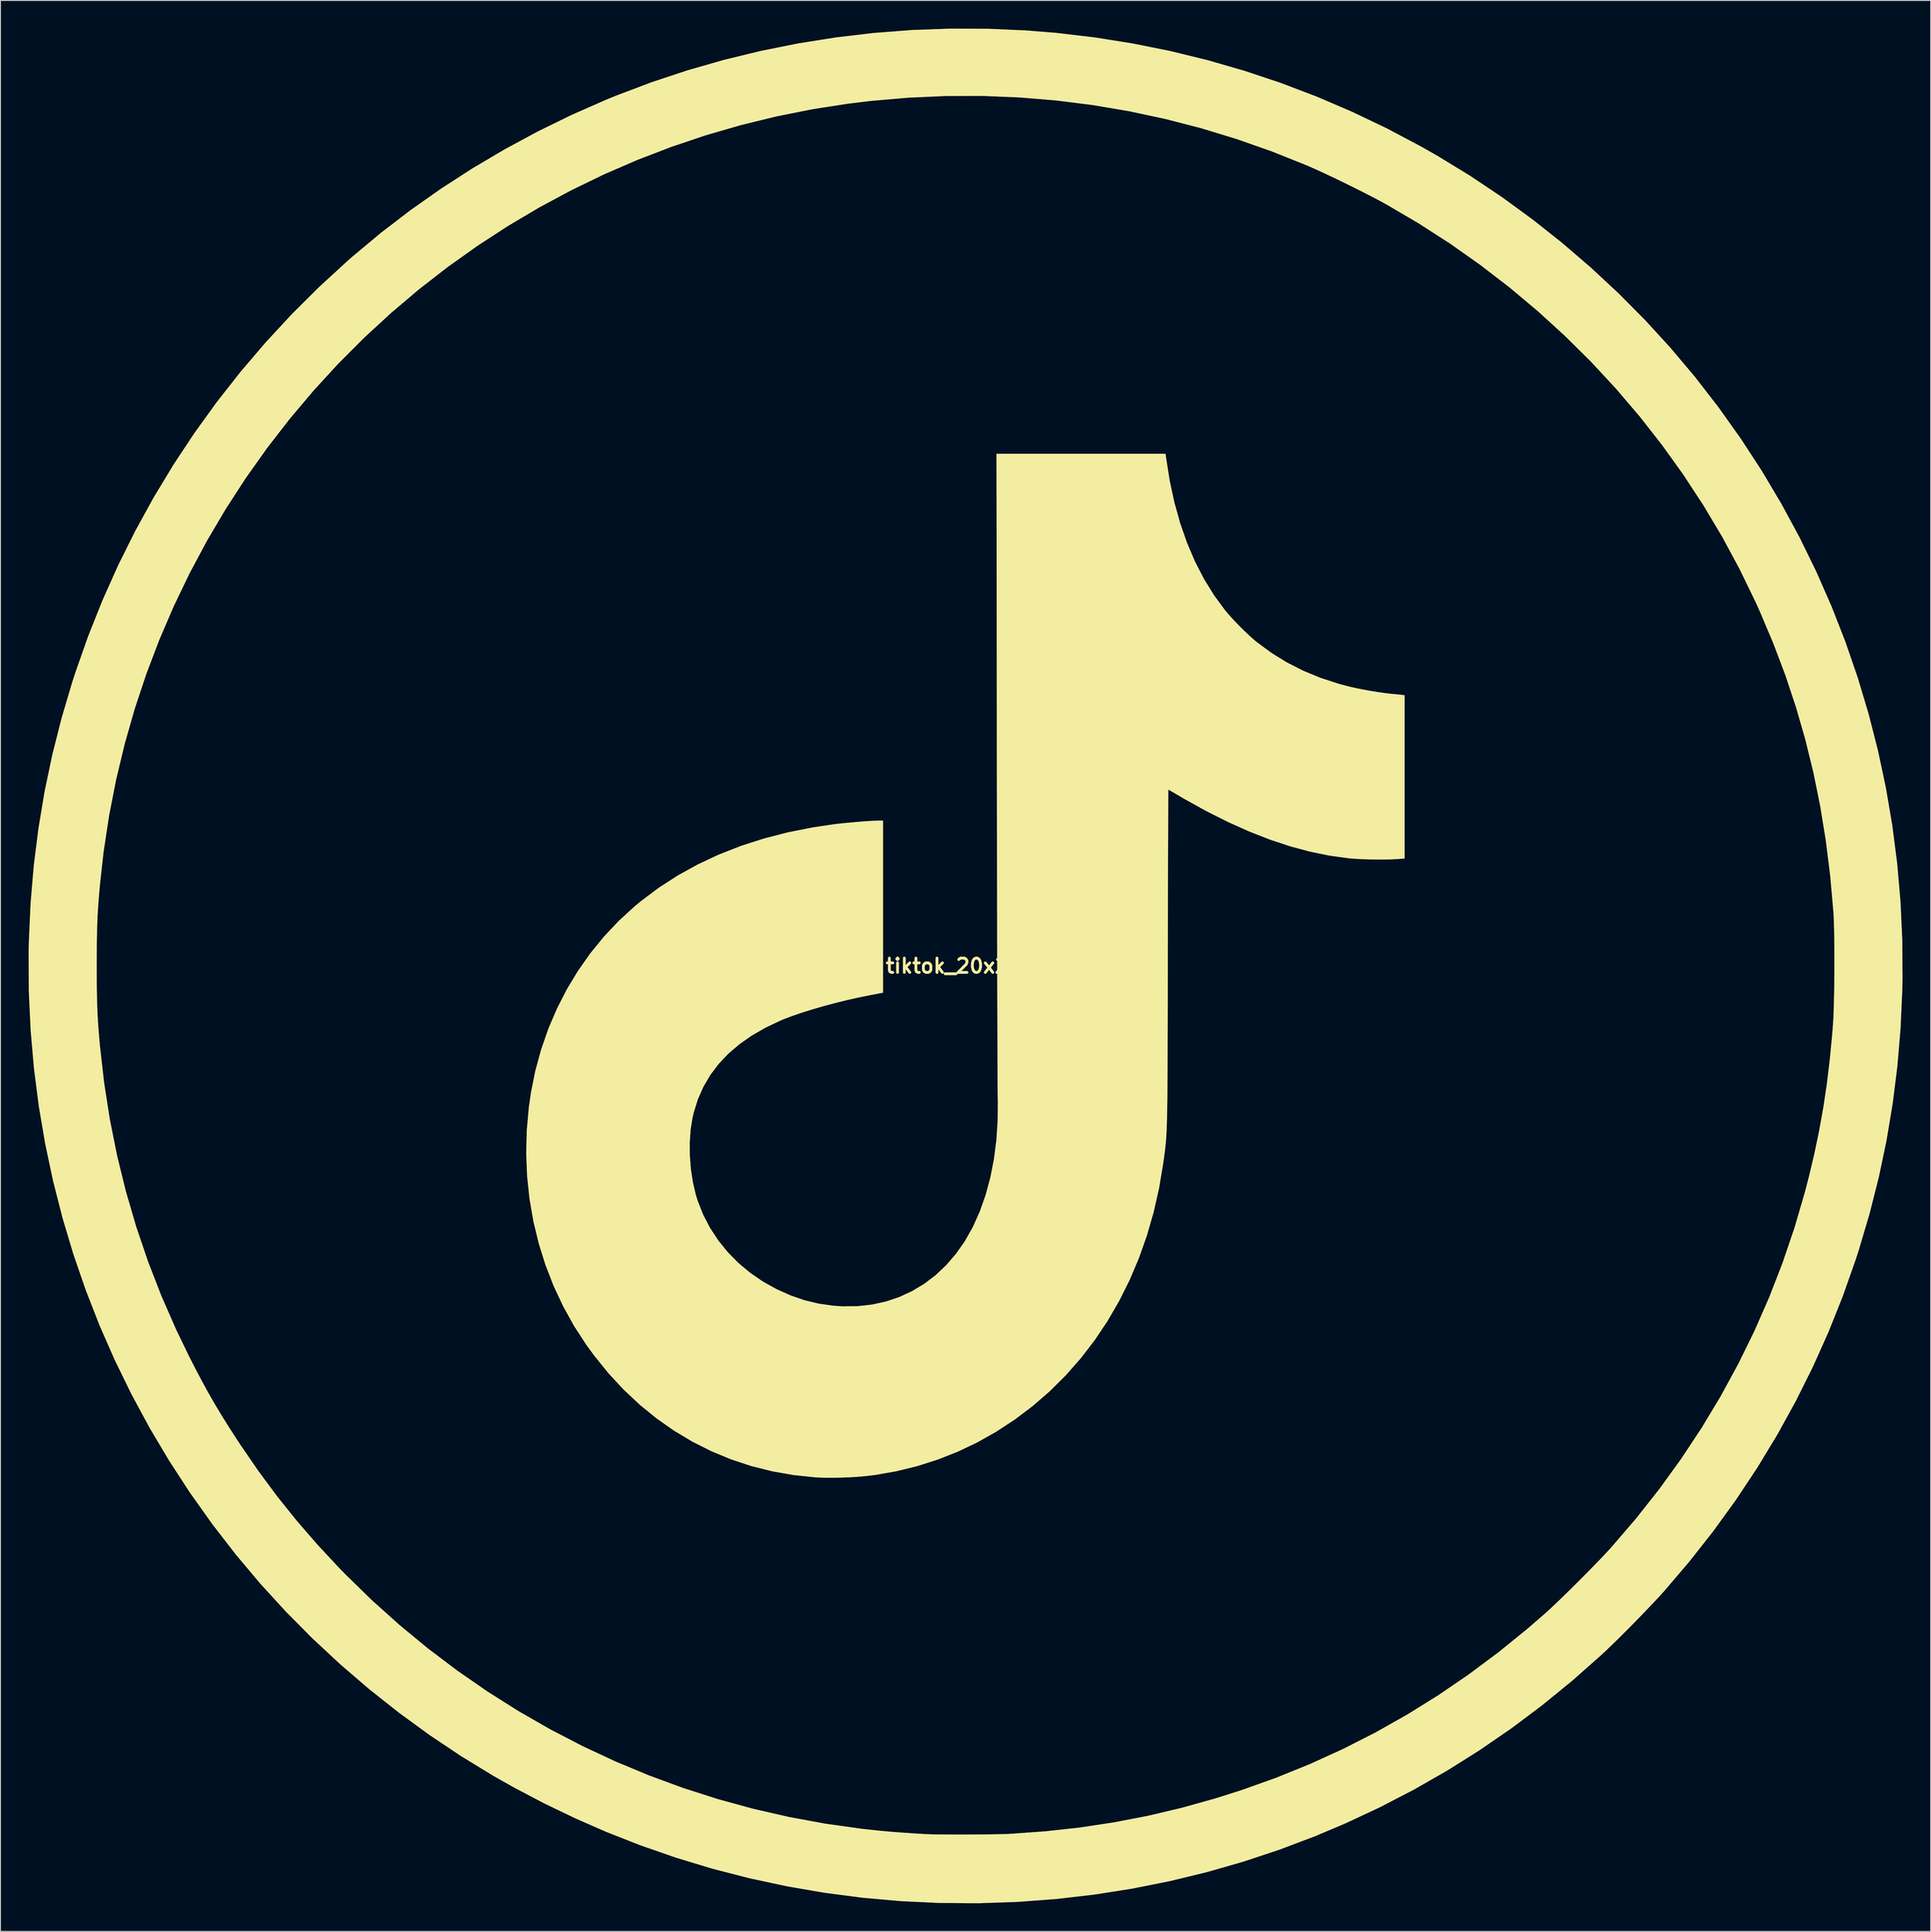
<source format=kicad_pcb>
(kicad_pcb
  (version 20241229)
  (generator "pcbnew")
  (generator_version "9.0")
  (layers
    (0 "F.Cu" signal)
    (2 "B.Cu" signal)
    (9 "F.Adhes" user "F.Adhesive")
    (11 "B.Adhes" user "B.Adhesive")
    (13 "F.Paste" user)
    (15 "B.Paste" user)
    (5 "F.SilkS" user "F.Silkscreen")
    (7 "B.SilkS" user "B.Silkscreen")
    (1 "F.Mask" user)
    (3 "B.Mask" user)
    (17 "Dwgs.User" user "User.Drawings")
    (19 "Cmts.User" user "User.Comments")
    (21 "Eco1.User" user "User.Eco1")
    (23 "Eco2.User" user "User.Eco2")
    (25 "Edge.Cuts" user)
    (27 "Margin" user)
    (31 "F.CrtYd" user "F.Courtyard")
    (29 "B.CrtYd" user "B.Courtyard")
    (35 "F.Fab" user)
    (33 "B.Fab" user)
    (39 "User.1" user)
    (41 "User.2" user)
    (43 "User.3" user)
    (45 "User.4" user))
  (footprint "tiktok_20x20_F"
    (layer "F.Cu")
    (at 99.929 99.936)
    (property "Reference" "tiktok_20x20_F" (at 0 0 0) (layer "F.SilkS") (effects (font (size 1.524 1.524) (thickness 0.3))))
    (attr through_hole)
    (fp_poly (pts (xy 21.378 -54.208) (xy 21.764 -51.761) (xy 22.266 -49.427) (xy 22.884 -47.209) (xy 23.616 -45.108) (xy 24.461 -43.127) (xy 25.42 -41.268) (xy 26.49 -39.533) (xy 27.658 -37.942) (xy 28.097 -37.421) (xy 28.628 -36.839) (xy 29.212 -36.233) (xy 29.814 -35.638) (xy 30.397 -35.093) (xy 30.924 -34.633) (xy 31.073 -34.513) (xy 32.635 -33.364) (xy 34.276 -32.353) (xy 36.005 -31.473) (xy 37.833 -30.719) (xy 39.771 -30.086) (xy 40.779 -29.815) (xy 41.48 -29.652) (xy 42.275 -29.49) (xy 43.112 -29.336) (xy 43.945 -29.199) (xy 44.722 -29.088) (xy 45.395 -29.011) (xy 45.508 -29) (xy 45.873 -28.967) (xy 46.228 -28.932) (xy 46.461 -28.906) (xy 46.821 -28.861) (xy 46.821 -11.455) (xy 46.122 -11.401) (xy 45.515 -11.367) (xy 44.785 -11.35) (xy 43.98 -11.347) (xy 43.146 -11.359) (xy 42.328 -11.384) (xy 41.575 -11.422) (xy 40.931 -11.473) (xy 40.874 -11.479) (xy 38.832 -11.759) (xy 36.755 -12.182) (xy 34.639 -12.75) (xy 32.48 -13.465) (xy 30.271 -14.327) (xy 28.01 -15.34) (xy 25.692 -16.503) (xy 23.313 -17.82) (xy 22.509 -18.291) (xy 22.174 -18.489) (xy 21.895 -18.65) (xy 21.703 -18.758) (xy 21.628 -18.796) (xy 21.625 -18.713) (xy 21.621 -18.468) (xy 21.618 -18.069) (xy 21.614 -17.525) (xy 21.611 -16.842) (xy 21.607 -16.029) (xy 21.603 -15.093) (xy 21.599 -14.043) (xy 21.595 -12.886) (xy 21.591 -11.629) (xy 21.587 -10.281) (xy 21.583 -8.85) (xy 21.579 -7.343) (xy 21.576 -5.768) (xy 21.572 -4.133) (xy 21.569 -2.445) (xy 21.566 -0.91) (xy 21.563 1.178) (xy 21.56 3.104) (xy 21.556 4.876) (xy 21.553 6.502) (xy 21.55 7.989) (xy 21.546 9.345) (xy 21.541 10.578) (xy 21.536 11.695) (xy 21.529 12.704) (xy 21.522 13.613) (xy 21.514 14.429) (xy 21.503 15.161) (xy 21.492 15.815) (xy 21.478 16.399) (xy 21.463 16.922) (xy 21.445 17.39) (xy 21.425 17.812) (xy 21.403 18.194) (xy 21.378 18.546) (xy 21.35 18.874) (xy 21.319 19.186) (xy 21.285 19.49) (xy 21.248 19.793) (xy 21.207 20.103) (xy 21.163 20.428) (xy 21.115 20.775) (xy 21.078 21.04) (xy 20.636 23.686) (xy 20.054 26.259) (xy 19.334 28.754) (xy 18.479 31.165) (xy 17.493 33.488) (xy 16.379 35.72) (xy 15.14 37.853) (xy 13.779 39.886) (xy 12.299 41.812) (xy 10.703 43.627) (xy 8.995 45.326) (xy 7.176 46.906) (xy 5.251 48.36) (xy 3.222 49.685) (xy 1.236 50.802) (xy -0.812 51.778) (xy -2.944 52.62) (xy -5.135 53.319) (xy -7.361 53.868) (xy -9.599 54.261) (xy -10.681 54.393) (xy -11.497 54.463) (xy -12.395 54.517) (xy -13.326 54.552) (xy -14.243 54.567) (xy -15.099 54.561) (xy -15.845 54.534) (xy -15.994 54.524) (xy -18.338 54.28) (xy -20.625 53.877) (xy -22.851 53.317) (xy -25.013 52.603) (xy -27.108 51.736) (xy -29.132 50.719) (xy -31.082 49.553) (xy -32.954 48.241) (xy -34.744 46.784) (xy -36.449 45.185) (xy -38.066 43.445) (xy -39.59 41.567) (xy -40.452 40.386) (xy -41.758 38.375) (xy -42.919 36.281) (xy -43.935 34.112) (xy -44.803 31.877) (xy -45.521 29.584) (xy -46.087 27.242) (xy -46.499 24.86) (xy -46.757 22.444) (xy -46.856 20.006) (xy -46.797 17.551) (xy -46.577 15.09) (xy -46.349 13.504) (xy -45.882 11.175) (xy -45.261 8.902) (xy -44.493 6.694) (xy -43.58 4.558) (xy -42.526 2.501) (xy -41.337 0.53) (xy -40.016 -1.347) (xy -38.568 -3.123) (xy -36.996 -4.79) (xy -35.305 -6.342) (xy -34.658 -6.879) (xy -32.737 -8.321) (xy -30.708 -9.633) (xy -28.57 -10.815) (xy -26.325 -11.867) (xy -23.972 -12.789) (xy -21.511 -13.581) (xy -18.943 -14.242) (xy -16.267 -14.773) (xy -14.012 -15.108) (xy -13.526 -15.165) (xy -12.95 -15.225) (xy -12.317 -15.285) (xy -11.662 -15.343) (xy -11.018 -15.395) (xy -10.419 -15.439) (xy -9.899 -15.471) (xy -9.492 -15.49) (xy -9.307 -15.494) (xy -8.805 -15.494) (xy -8.805 2.851) (xy -10.266 3.129) (xy -11.483 3.377) (xy -12.737 3.662) (xy -14 3.976) (xy -15.244 4.311) (xy -16.44 4.66) (xy -17.561 5.013) (xy -18.578 5.364) (xy -19.463 5.704) (xy -19.685 5.797) (xy -21.313 6.565) (xy -22.792 7.414) (xy -24.123 8.345) (xy -25.306 9.357) (xy -26.34 10.451) (xy -27.226 11.626) (xy -27.964 12.883) (xy -28.555 14.222) (xy -28.997 15.643) (xy -29.129 16.214) (xy -29.327 17.479) (xy -29.42 18.835) (xy -29.409 20.241) (xy -29.298 21.656) (xy -29.089 23.041) (xy -28.783 24.356) (xy -28.581 25.018) (xy -27.995 26.506) (xy -27.258 27.924) (xy -26.379 29.264) (xy -25.366 30.516) (xy -24.225 31.673) (xy -22.964 32.726) (xy -21.592 33.665) (xy -20.174 34.454) (xy -18.667 35.13) (xy -17.167 35.648) (xy -15.651 36.012) (xy -14.092 36.231) (xy -13.123 36.295) (xy -11.518 36.279) (xy -9.966 36.105) (xy -8.471 35.774) (xy -7.039 35.291) (xy -5.677 34.658) (xy -4.389 33.881) (xy -3.182 32.961) (xy -2.061 31.903) (xy -1.032 30.709) (xy -0.101 29.384) (xy 0.727 27.931) (xy 0.798 27.792) (xy 1.528 26.16) (xy 2.144 24.411) (xy 2.644 22.559) (xy 3.026 20.613) (xy 3.287 18.586) (xy 3.425 16.489) (xy 3.438 14.333) (xy 3.432 14.097) (xy 3.428 13.892) (xy 3.425 13.523) (xy 3.421 12.998) (xy 3.417 12.321) (xy 3.413 11.499) (xy 3.409 10.539) (xy 3.404 9.445) (xy 3.4 8.225) (xy 3.396 6.885) (xy 3.391 5.429) (xy 3.387 3.866) (xy 3.383 2.2) (xy 3.378 0.437) (xy 3.374 -1.415) (xy 3.37 -3.352) (xy 3.366 -5.366) (xy 3.362 -7.453) (xy 3.358 -9.605) (xy 3.354 -11.818) (xy 3.35 -14.083) (xy 3.347 -16.397) (xy 3.344 -18.752) (xy 3.341 -21.103) (xy 3.299 -54.61) (xy 21.326 -54.61) (xy 21.378 -54.208)) (stroke (width 0.01) (type solid)) (fill yes) (layer "F.SilkS"))
    (fp_poly (pts (xy 2.412 -99.916) (xy 6.484 -99.735) (xy 9.652 -99.479) (xy 13.756 -98.996) (xy 17.82 -98.35) (xy 21.841 -97.54) (xy 25.818 -96.567) (xy 29.745 -95.433) (xy 33.622 -94.139) (xy 37.444 -92.685) (xy 41.208 -91.072) (xy 44.913 -89.302) (xy 48.554 -87.375) (xy 50.377 -86.338) (xy 53.808 -84.241) (xy 57.163 -81.997) (xy 60.433 -79.613) (xy 63.611 -77.097) (xy 66.687 -74.455) (xy 69.653 -71.695) (xy 72.501 -68.824) (xy 75.221 -65.85) (xy 77.805 -62.78) (xy 80.329 -59.519) (xy 82.706 -56.174) (xy 84.936 -52.75) (xy 87.018 -49.249) (xy 88.949 -45.676) (xy 90.729 -42.035) (xy 92.356 -38.331) (xy 93.828 -34.566) (xy 95.145 -30.745) (xy 96.306 -26.872) (xy 97.308 -22.951) (xy 98.151 -18.985) (xy 98.833 -14.98) (xy 99.352 -10.938) (xy 99.708 -6.863) (xy 99.899 -2.761) (xy 99.924 1.366) (xy 99.9 2.559) (xy 99.716 6.649) (xy 99.375 10.681) (xy 98.876 14.663) (xy 98.218 18.603) (xy 97.398 22.51) (xy 96.415 26.394) (xy 95.269 30.264) (xy 94.938 31.284) (xy 93.569 35.17) (xy 92.048 38.981) (xy 90.375 42.718) (xy 88.551 46.379) (xy 86.576 49.963) (xy 84.452 53.469) (xy 82.178 56.896) (xy 79.756 60.243) (xy 77.186 63.509) (xy 74.521 66.633) (xy 73.982 67.228) (xy 73.343 67.914) (xy 72.629 68.665) (xy 71.865 69.457) (xy 71.074 70.264) (xy 70.281 71.062) (xy 69.511 71.826) (xy 68.787 72.531) (xy 68.135 73.152) (xy 67.818 73.447) (xy 64.695 76.209) (xy 61.488 78.824) (xy 58.197 81.292) (xy 54.822 83.613) (xy 51.362 85.788) (xy 47.816 87.816) (xy 44.186 89.698) (xy 40.47 91.434) (xy 37.291 92.776) (xy 33.48 94.218) (xy 29.616 95.5) (xy 25.703 96.621) (xy 21.745 97.58) (xy 17.746 98.377) (xy 13.71 99.011) (xy 9.64 99.481) (xy 5.541 99.787) (xy 1.417 99.928) (xy -2.729 99.903) (xy -2.836 99.9) (xy -6.916 99.706) (xy -10.982 99.344) (xy -15.026 98.817) (xy -19.044 98.125) (xy -23.027 97.271) (xy -26.971 96.255) (xy -30.868 95.078) (xy -34.712 93.743) (xy -38.312 92.327) (xy -41.599 90.888) (xy -44.866 89.319) (xy -48.064 87.643) (xy -50.377 86.338) (xy -53.808 84.241) (xy -57.163 81.997) (xy -60.433 79.613) (xy -63.611 77.097) (xy -66.687 74.455) (xy -69.653 71.695) (xy -72.501 68.824) (xy -75.221 65.85) (xy -77.805 62.78) (xy -80.329 59.519) (xy -82.706 56.174) (xy -84.936 52.75) (xy -87.018 49.249) (xy -88.949 45.676) (xy -90.729 42.035) (xy -92.356 38.331) (xy -93.828 34.566) (xy -95.146 30.745) (xy -96.306 26.872) (xy -97.308 22.951) (xy -98.151 18.985) (xy -98.833 14.98) (xy -99.352 10.938) (xy -99.708 6.863) (xy -99.899 2.761) (xy -99.917 -0.085) (xy -92.664 -0.085) (xy -92.662 1.085) (xy -92.656 2.113) (xy -92.644 3.029) (xy -92.626 3.861) (xy -92.6 4.636) (xy -92.564 5.383) (xy -92.518 6.131) (xy -92.462 6.908) (xy -92.392 7.741) (xy -92.323 8.509) (xy -91.877 12.455) (xy -91.268 16.354) (xy -90.497 20.206) (xy -89.562 24.012) (xy -88.464 27.772) (xy -87.204 31.486) (xy -85.781 35.153) (xy -84.194 38.775) (xy -82.861 41.533) (xy -82.118 42.99) (xy -81.411 44.328) (xy -80.72 45.585) (xy -80.02 46.801) (xy -79.291 48.014) (xy -78.508 49.264) (xy -77.65 50.59) (xy -77.344 51.054) (xy -75.414 53.864) (xy -73.423 56.549) (xy -71.346 59.139) (xy -69.158 61.666) (xy -66.832 64.162) (xy -66.169 64.843) (xy -63.326 67.619) (xy -60.383 70.26) (xy -57.344 72.765) (xy -54.214 75.131) (xy -50.997 77.358) (xy -47.697 79.442) (xy -44.319 81.381) (xy -40.866 83.174) (xy -37.343 84.818) (xy -33.754 86.312) (xy -30.104 87.653) (xy -26.396 88.839) (xy -22.636 89.869) (xy -18.826 90.74) (xy -14.972 91.45) (xy -11.078 91.997) (xy -9.239 92.197) (xy -8.121 92.299) (xy -6.886 92.396) (xy -5.588 92.485) (xy -4.28 92.562) (xy -4.149 92.569) (xy -3.785 92.583) (xy -3.277 92.594) (xy -2.65 92.601) (xy -1.929 92.606) (xy -1.139 92.609) (xy -0.306 92.609) (xy 0.545 92.606) (xy 1.389 92.601) (xy 2.201 92.594) (xy 2.956 92.584) (xy 3.628 92.573) (xy 4.193 92.559) (xy 4.625 92.543) (xy 4.699 92.54) (xy 8.497 92.268) (xy 12.213 91.859) (xy 15.866 91.306) (xy 19.477 90.608) (xy 23.064 89.759) (xy 26.648 88.757) (xy 29.379 87.891) (xy 33.084 86.572) (xy 36.706 85.106) (xy 40.249 83.493) (xy 43.714 81.731) (xy 47.104 79.819) (xy 50.421 77.755) (xy 53.667 75.539) (xy 56.844 73.17) (xy 59.955 70.645) (xy 61.807 69.041) (xy 62.295 68.597) (xy 62.878 68.05) (xy 63.533 67.422) (xy 64.24 66.733) (xy 64.978 66.005) (xy 65.725 65.259) (xy 66.461 64.517) (xy 67.163 63.798) (xy 67.81 63.126) (xy 68.383 62.519) (xy 68.858 62.001) (xy 68.9 61.955) (xy 71.521 58.903) (xy 73.996 55.766) (xy 76.324 52.549) (xy 78.504 49.252) (xy 80.534 45.879) (xy 82.413 42.43) (xy 84.141 38.908) (xy 85.716 35.315) (xy 87.137 31.654) (xy 88.404 27.926) (xy 89.514 24.133) (xy 89.948 22.462) (xy 90.533 19.992) (xy 91.04 17.559) (xy 91.477 15.127) (xy 91.847 12.658) (xy 92.158 10.117) (xy 92.415 7.465) (xy 92.512 6.265) (xy 92.55 5.654) (xy 92.582 4.901) (xy 92.61 4.033) (xy 92.632 3.074) (xy 92.649 2.049) (xy 92.66 0.984) (xy 92.665 -0.098) (xy 92.665 -1.17) (xy 92.658 -2.209) (xy 92.646 -3.188) (xy 92.628 -4.084) (xy 92.603 -4.872) (xy 92.573 -5.525) (xy 92.558 -5.757) (xy 92.216 -9.616) (xy 91.748 -13.369) (xy 91.153 -17.031) (xy 90.426 -20.614) (xy 89.565 -24.132) (xy 88.565 -27.597) (xy 87.425 -31.022) (xy 86.139 -34.42) (xy 84.706 -37.806) (xy 84.248 -38.82) (xy 82.541 -42.334) (xy 80.688 -45.767) (xy 78.691 -49.115) (xy 76.555 -52.374) (xy 74.283 -55.539) (xy 71.879 -58.607) (xy 69.347 -61.573) (xy 66.691 -64.434) (xy 63.914 -67.185) (xy 61.021 -69.823) (xy 58.014 -72.343) (xy 54.898 -74.741) (xy 51.677 -77.013) (xy 48.353 -79.156) (xy 44.932 -81.164) (xy 44.873 -81.197) (xy 44.148 -81.592) (xy 43.302 -82.037) (xy 42.367 -82.516) (xy 41.375 -83.014) (xy 40.358 -83.515) (xy 39.347 -84.003) (xy 38.374 -84.463) (xy 37.472 -84.879) (xy 36.673 -85.235) (xy 36.364 -85.367) (xy 32.661 -86.847) (xy 28.915 -88.163) (xy 25.13 -89.316) (xy 21.31 -90.304) (xy 17.458 -91.127) (xy 13.578 -91.784) (xy 9.674 -92.276) (xy 5.749 -92.601) (xy 1.806 -92.76) (xy -2.15 -92.751) (xy -6.117 -92.575) (xy -10.091 -92.23) (xy -12.488 -91.941) (xy -16.356 -91.34) (xy -20.183 -90.575) (xy -23.967 -89.65) (xy -27.701 -88.568) (xy -31.381 -87.329) (xy -35.003 -85.938) (xy -38.561 -84.396) (xy -42.05 -82.706) (xy -45.467 -80.872) (xy -48.806 -78.894) (xy -52.063 -76.776) (xy -55.232 -74.521) (xy -58.31 -72.13) (xy -61.29 -69.607) (xy -64.169 -66.954) (xy -66.942 -64.174) (xy -69.503 -61.383) (xy -72.072 -58.341) (xy -74.499 -55.21) (xy -76.783 -51.993) (xy -78.921 -48.695) (xy -80.913 -45.321) (xy -82.756 -41.873) (xy -84.448 -38.357) (xy -85.989 -34.776) (xy -87.375 -31.134) (xy -88.605 -27.436) (xy -89.678 -23.686) (xy -90.592 -19.886) (xy -91.344 -16.043) (xy -91.934 -12.159) (xy -92.324 -8.636) (xy -92.404 -7.736) (xy -92.47 -6.917) (xy -92.525 -6.153) (xy -92.569 -5.413) (xy -92.602 -4.671) (xy -92.628 -3.897) (xy -92.645 -3.064) (xy -92.656 -2.142) (xy -92.662 -1.104) (xy -92.664 -0.085) (xy -99.917 -0.085) (xy -99.924 -1.366) (xy -99.9 -2.559) (xy -99.716 -6.649) (xy -99.375 -10.681) (xy -98.876 -14.663) (xy -98.218 -18.603) (xy -97.398 -22.51) (xy -96.415 -26.394) (xy -95.269 -30.264) (xy -94.938 -31.284) (xy -93.572 -35.161) (xy -92.052 -38.967) (xy -90.382 -42.699) (xy -88.563 -46.354) (xy -86.598 -49.928) (xy -84.489 -53.417) (xy -82.238 -56.818) (xy -79.848 -60.128) (xy -77.321 -63.344) (xy -74.658 -66.462) (xy -71.864 -69.478) (xy -68.938 -72.389) (xy -65.885 -75.192) (xy -65.363 -75.649) (xy -62.342 -78.167) (xy -59.198 -80.575) (xy -55.942 -82.866) (xy -52.584 -85.034) (xy -49.136 -87.072) (xy -45.609 -88.973) (xy -42.013 -90.731) (xy -38.36 -92.339) (xy -37.291 -92.776) (xy -33.506 -94.208) (xy -29.662 -95.482) (xy -25.765 -96.599) (xy -21.823 -97.557) (xy -17.842 -98.355) (xy -13.828 -98.993) (xy -9.789 -99.469) (xy -5.732 -99.782) (xy -1.663 -99.931) (xy 2.412 -99.916)) (stroke (width 0.01) (type solid)) (fill yes) (layer "F.SilkS")))
  (gr_rect
    (start -3 -3)
    (end 202.859 202.869)
    (stroke (width 0.1) (type default))
    (fill no)
    (layer "Edge.Cuts")))
</source>
